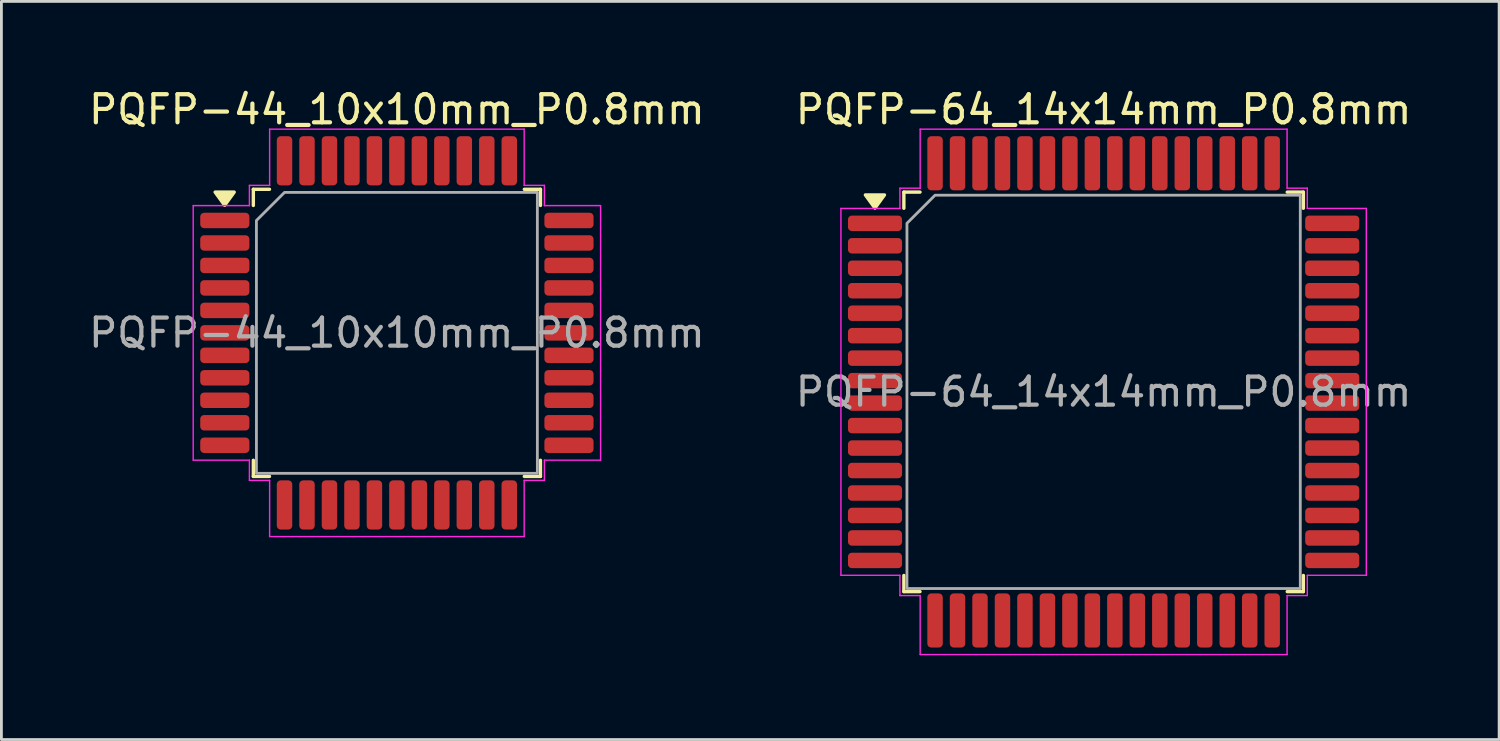
<source format=kicad_pcb>
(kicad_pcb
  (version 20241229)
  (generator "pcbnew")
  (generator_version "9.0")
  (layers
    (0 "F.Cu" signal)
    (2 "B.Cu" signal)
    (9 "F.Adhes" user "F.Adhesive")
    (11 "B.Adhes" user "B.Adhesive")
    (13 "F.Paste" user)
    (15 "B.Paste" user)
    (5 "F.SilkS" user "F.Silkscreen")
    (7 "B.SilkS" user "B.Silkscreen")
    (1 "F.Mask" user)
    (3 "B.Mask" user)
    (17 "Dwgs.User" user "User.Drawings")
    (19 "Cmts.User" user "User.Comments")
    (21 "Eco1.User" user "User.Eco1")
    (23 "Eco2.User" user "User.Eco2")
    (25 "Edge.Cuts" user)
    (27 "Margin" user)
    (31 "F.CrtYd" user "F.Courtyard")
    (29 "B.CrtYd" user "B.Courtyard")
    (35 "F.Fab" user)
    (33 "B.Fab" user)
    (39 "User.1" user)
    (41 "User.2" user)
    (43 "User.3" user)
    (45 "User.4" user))
  (footprint "PQFP-44_10x10mm_P0.8mm"
    (layer "F.Cu")
    (at 11.077 8.798)
    (property "Reference" "PQFP-44_10x10mm_P0.8mm" (at 0 -7.95 0) (layer "F.SilkS") (effects (font (size 1 1) (thickness 0.15))))
    (attr smd)
    (fp_line (start -5.11 -5.11) (end -4.535 -5.11) (stroke (width 0.12) (type solid)) (layer "F.SilkS"))
    (fp_line (start -5.11 -4.535) (end -5.11 -5.11) (stroke (width 0.12) (type solid)) (layer "F.SilkS"))
    (fp_line (start -5.11 5.11) (end -5.11 4.535) (stroke (width 0.12) (type solid)) (layer "F.SilkS"))
    (fp_line (start -4.535 5.11) (end -5.11 5.11) (stroke (width 0.12) (type solid)) (layer "F.SilkS"))
    (fp_line (start 4.535 -5.11) (end 5.11 -5.11) (stroke (width 0.12) (type solid)) (layer "F.SilkS"))
    (fp_line (start 5.11 -5.11) (end 5.11 -4.535) (stroke (width 0.12) (type solid)) (layer "F.SilkS"))
    (fp_line (start 5.11 4.535) (end 5.11 5.11) (stroke (width 0.12) (type solid)) (layer "F.SilkS"))
    (fp_line (start 5.11 5.11) (end 4.535 5.11) (stroke (width 0.12) (type solid)) (layer "F.SilkS"))
    (fp_poly (pts (xy -6.13 -4.54) (xy -6.47 -5.01) (xy -5.79 -5.01)) (stroke (width 0.12) (type solid)) (fill yes) (layer "F.SilkS"))
    (fp_line (start -7.25 -4.53) (end -5.25 -4.53) (stroke (width 0.05) (type solid)) (layer "F.CrtYd"))
    (fp_line (start -7.25 4.53) (end -7.25 -4.53) (stroke (width 0.05) (type solid)) (layer "F.CrtYd"))
    (fp_line (start -5.25 -5.25) (end -4.53 -5.25) (stroke (width 0.05) (type solid)) (layer "F.CrtYd"))
    (fp_line (start -5.25 -4.53) (end -5.25 -5.25) (stroke (width 0.05) (type solid)) (layer "F.CrtYd"))
    (fp_line (start -5.25 4.53) (end -7.25 4.53) (stroke (width 0.05) (type solid)) (layer "F.CrtYd"))
    (fp_line (start -5.25 5.25) (end -5.25 4.53) (stroke (width 0.05) (type solid)) (layer "F.CrtYd"))
    (fp_line (start -4.53 -7.25) (end 4.53 -7.25) (stroke (width 0.05) (type solid)) (layer "F.CrtYd"))
    (fp_line (start -4.53 -5.25) (end -4.53 -7.25) (stroke (width 0.05) (type solid)) (layer "F.CrtYd"))
    (fp_line (start -4.53 5.25) (end -5.25 5.25) (stroke (width 0.05) (type solid)) (layer "F.CrtYd"))
    (fp_line (start -4.53 7.25) (end -4.53 5.25) (stroke (width 0.05) (type solid)) (layer "F.CrtYd"))
    (fp_line (start 4.53 -7.25) (end 4.53 -5.25) (stroke (width 0.05) (type solid)) (layer "F.CrtYd"))
    (fp_line (start 4.53 -5.25) (end 5.25 -5.25) (stroke (width 0.05) (type solid)) (layer "F.CrtYd"))
    (fp_line (start 4.53 5.25) (end 4.53 7.25) (stroke (width 0.05) (type solid)) (layer "F.CrtYd"))
    (fp_line (start 4.53 7.25) (end -4.53 7.25) (stroke (width 0.05) (type solid)) (layer "F.CrtYd"))
    (fp_line (start 5.25 -5.25) (end 5.25 -4.53) (stroke (width 0.05) (type solid)) (layer "F.CrtYd"))
    (fp_line (start 5.25 -4.53) (end 7.25 -4.53) (stroke (width 0.05) (type solid)) (layer "F.CrtYd"))
    (fp_line (start 5.25 4.53) (end 5.25 5.25) (stroke (width 0.05) (type solid)) (layer "F.CrtYd"))
    (fp_line (start 5.25 5.25) (end 4.53 5.25) (stroke (width 0.05) (type solid)) (layer "F.CrtYd"))
    (fp_line (start 7.25 -4.53) (end 7.25 4.53) (stroke (width 0.05) (type solid)) (layer "F.CrtYd"))
    (fp_line (start 7.25 4.53) (end 5.25 4.53) (stroke (width 0.05) (type solid)) (layer "F.CrtYd"))
    (fp_poly (pts (xy -5 -4) (xy -5 5) (xy 5 5) (xy 5 -5) (xy -4 -5)) (stroke (width 0.1) (type solid)) (fill no) (layer "F.Fab"))
    (fp_text user "${REFERENCE}" (at 0 0 0) (layer "F.Fab") (effects (font (size 1 1) (thickness 0.15))))
    (pad "1" smd roundrect (at -6.125 -4) (size 1.75 0.55) (layers "F.Cu" "F.Mask" "F.Paste") (roundrect_rratio 0.25))
    (pad "2" smd roundrect (at -6.125 -3.2) (size 1.75 0.55) (layers "F.Cu" "F.Mask" "F.Paste") (roundrect_rratio 0.25))
    (pad "3" smd roundrect (at -6.125 -2.4) (size 1.75 0.55) (layers "F.Cu" "F.Mask" "F.Paste") (roundrect_rratio 0.25))
    (pad "4" smd roundrect (at -6.125 -1.6) (size 1.75 0.55) (layers "F.Cu" "F.Mask" "F.Paste") (roundrect_rratio 0.25))
    (pad "5" smd roundrect (at -6.125 -0.8) (size 1.75 0.55) (layers "F.Cu" "F.Mask" "F.Paste") (roundrect_rratio 0.25))
    (pad "6" smd roundrect (at -6.125 0) (size 1.75 0.55) (layers "F.Cu" "F.Mask" "F.Paste") (roundrect_rratio 0.25))
    (pad "7" smd roundrect (at -6.125 0.8) (size 1.75 0.55) (layers "F.Cu" "F.Mask" "F.Paste") (roundrect_rratio 0.25))
    (pad "8" smd roundrect (at -6.125 1.6) (size 1.75 0.55) (layers "F.Cu" "F.Mask" "F.Paste") (roundrect_rratio 0.25))
    (pad "9" smd roundrect (at -6.125 2.4) (size 1.75 0.55) (layers "F.Cu" "F.Mask" "F.Paste") (roundrect_rratio 0.25))
    (pad "10" smd roundrect (at -6.125 3.2) (size 1.75 0.55) (layers "F.Cu" "F.Mask" "F.Paste") (roundrect_rratio 0.25))
    (pad "11" smd roundrect (at -6.125 4) (size 1.75 0.55) (layers "F.Cu" "F.Mask" "F.Paste") (roundrect_rratio 0.25))
    (pad "12" smd roundrect (at -4 6.125) (size 0.55 1.75) (layers "F.Cu" "F.Mask" "F.Paste") (roundrect_rratio 0.25))
    (pad "13" smd roundrect (at -3.2 6.125) (size 0.55 1.75) (layers "F.Cu" "F.Mask" "F.Paste") (roundrect_rratio 0.25))
    (pad "14" smd roundrect (at -2.4 6.125) (size 0.55 1.75) (layers "F.Cu" "F.Mask" "F.Paste") (roundrect_rratio 0.25))
    (pad "15" smd roundrect (at -1.6 6.125) (size 0.55 1.75) (layers "F.Cu" "F.Mask" "F.Paste") (roundrect_rratio 0.25))
    (pad "16" smd roundrect (at -0.8 6.125) (size 0.55 1.75) (layers "F.Cu" "F.Mask" "F.Paste") (roundrect_rratio 0.25))
    (pad "17" smd roundrect (at 0 6.125) (size 0.55 1.75) (layers "F.Cu" "F.Mask" "F.Paste") (roundrect_rratio 0.25))
    (pad "18" smd roundrect (at 0.8 6.125) (size 0.55 1.75) (layers "F.Cu" "F.Mask" "F.Paste") (roundrect_rratio 0.25))
    (pad "19" smd roundrect (at 1.6 6.125) (size 0.55 1.75) (layers "F.Cu" "F.Mask" "F.Paste") (roundrect_rratio 0.25))
    (pad "20" smd roundrect (at 2.4 6.125) (size 0.55 1.75) (layers "F.Cu" "F.Mask" "F.Paste") (roundrect_rratio 0.25))
    (pad "21" smd roundrect (at 3.2 6.125) (size 0.55 1.75) (layers "F.Cu" "F.Mask" "F.Paste") (roundrect_rratio 0.25))
    (pad "22" smd roundrect (at 4 6.125) (size 0.55 1.75) (layers "F.Cu" "F.Mask" "F.Paste") (roundrect_rratio 0.25))
    (pad "23" smd roundrect (at 6.125 4) (size 1.75 0.55) (layers "F.Cu" "F.Mask" "F.Paste") (roundrect_rratio 0.25))
    (pad "24" smd roundrect (at 6.125 3.2) (size 1.75 0.55) (layers "F.Cu" "F.Mask" "F.Paste") (roundrect_rratio 0.25))
    (pad "25" smd roundrect (at 6.125 2.4) (size 1.75 0.55) (layers "F.Cu" "F.Mask" "F.Paste") (roundrect_rratio 0.25))
    (pad "26" smd roundrect (at 6.125 1.6) (size 1.75 0.55) (layers "F.Cu" "F.Mask" "F.Paste") (roundrect_rratio 0.25))
    (pad "27" smd roundrect (at 6.125 0.8) (size 1.75 0.55) (layers "F.Cu" "F.Mask" "F.Paste") (roundrect_rratio 0.25))
    (pad "28" smd roundrect (at 6.125 0) (size 1.75 0.55) (layers "F.Cu" "F.Mask" "F.Paste") (roundrect_rratio 0.25))
    (pad "29" smd roundrect (at 6.125 -0.8) (size 1.75 0.55) (layers "F.Cu" "F.Mask" "F.Paste") (roundrect_rratio 0.25))
    (pad "30" smd roundrect (at 6.125 -1.6) (size 1.75 0.55) (layers "F.Cu" "F.Mask" "F.Paste") (roundrect_rratio 0.25))
    (pad "31" smd roundrect (at 6.125 -2.4) (size 1.75 0.55) (layers "F.Cu" "F.Mask" "F.Paste") (roundrect_rratio 0.25))
    (pad "32" smd roundrect (at 6.125 -3.2) (size 1.75 0.55) (layers "F.Cu" "F.Mask" "F.Paste") (roundrect_rratio 0.25))
    (pad "33" smd roundrect (at 6.125 -4) (size 1.75 0.55) (layers "F.Cu" "F.Mask" "F.Paste") (roundrect_rratio 0.25))
    (pad "34" smd roundrect (at 4 -6.125) (size 0.55 1.75) (layers "F.Cu" "F.Mask" "F.Paste") (roundrect_rratio 0.25))
    (pad "35" smd roundrect (at 3.2 -6.125) (size 0.55 1.75) (layers "F.Cu" "F.Mask" "F.Paste") (roundrect_rratio 0.25))
    (pad "36" smd roundrect (at 2.4 -6.125) (size 0.55 1.75) (layers "F.Cu" "F.Mask" "F.Paste") (roundrect_rratio 0.25))
    (pad "37" smd roundrect (at 1.6 -6.125) (size 0.55 1.75) (layers "F.Cu" "F.Mask" "F.Paste") (roundrect_rratio 0.25))
    (pad "38" smd roundrect (at 0.8 -6.125) (size 0.55 1.75) (layers "F.Cu" "F.Mask" "F.Paste") (roundrect_rratio 0.25))
    (pad "39" smd roundrect (at 0 -6.125) (size 0.55 1.75) (layers "F.Cu" "F.Mask" "F.Paste") (roundrect_rratio 0.25))
    (pad "40" smd roundrect (at -0.8 -6.125) (size 0.55 1.75) (layers "F.Cu" "F.Mask" "F.Paste") (roundrect_rratio 0.25))
    (pad "41" smd roundrect (at -1.6 -6.125) (size 0.55 1.75) (layers "F.Cu" "F.Mask" "F.Paste") (roundrect_rratio 0.25))
    (pad "42" smd roundrect (at -2.4 -6.125) (size 0.55 1.75) (layers "F.Cu" "F.Mask" "F.Paste") (roundrect_rratio 0.25))
    (pad "43" smd roundrect (at -3.2 -6.125) (size 0.55 1.75) (layers "F.Cu" "F.Mask" "F.Paste") (roundrect_rratio 0.25))
    (pad "44" smd roundrect (at -4 -6.125) (size 0.55 1.75) (layers "F.Cu" "F.Mask" "F.Paste") (roundrect_rratio 0.25)))
  (footprint "PQFP-64_14x14mm_P0.8mm"
    (layer "F.Cu")
    (at 36.232 10.898)
    (property "Reference" "PQFP-64_14x14mm_P0.8mm" (at 0 -10.05 0) (layer "F.SilkS") (effects (font (size 1 1) (thickness 0.15))))
    (attr smd)
    (fp_line (start -7.11 -7.11) (end -6.535 -7.11) (stroke (width 0.12) (type solid)) (layer "F.SilkS"))
    (fp_line (start -7.11 -6.535) (end -7.11 -7.11) (stroke (width 0.12) (type solid)) (layer "F.SilkS"))
    (fp_line (start -7.11 7.11) (end -7.11 6.535) (stroke (width 0.12) (type solid)) (layer "F.SilkS"))
    (fp_line (start -6.535 7.11) (end -7.11 7.11) (stroke (width 0.12) (type solid)) (layer "F.SilkS"))
    (fp_line (start 6.535 -7.11) (end 7.11 -7.11) (stroke (width 0.12) (type solid)) (layer "F.SilkS"))
    (fp_line (start 7.11 -7.11) (end 7.11 -6.535) (stroke (width 0.12) (type solid)) (layer "F.SilkS"))
    (fp_line (start 7.11 6.535) (end 7.11 7.11) (stroke (width 0.12) (type solid)) (layer "F.SilkS"))
    (fp_line (start 7.11 7.11) (end 6.535 7.11) (stroke (width 0.12) (type solid)) (layer "F.SilkS"))
    (fp_poly (pts (xy -8.14 -6.54) (xy -8.48 -7.01) (xy -7.8 -7.01)) (stroke (width 0.12) (type solid)) (fill yes) (layer "F.SilkS"))
    (fp_line (start -9.35 -6.53) (end -7.25 -6.53) (stroke (width 0.05) (type solid)) (layer "F.CrtYd"))
    (fp_line (start -9.35 6.53) (end -9.35 -6.53) (stroke (width 0.05) (type solid)) (layer "F.CrtYd"))
    (fp_line (start -7.25 -7.25) (end -6.53 -7.25) (stroke (width 0.05) (type solid)) (layer "F.CrtYd"))
    (fp_line (start -7.25 -6.53) (end -7.25 -7.25) (stroke (width 0.05) (type solid)) (layer "F.CrtYd"))
    (fp_line (start -7.25 6.53) (end -9.35 6.53) (stroke (width 0.05) (type solid)) (layer "F.CrtYd"))
    (fp_line (start -7.25 7.25) (end -7.25 6.53) (stroke (width 0.05) (type solid)) (layer "F.CrtYd"))
    (fp_line (start -6.53 -9.35) (end 6.53 -9.35) (stroke (width 0.05) (type solid)) (layer "F.CrtYd"))
    (fp_line (start -6.53 -7.25) (end -6.53 -9.35) (stroke (width 0.05) (type solid)) (layer "F.CrtYd"))
    (fp_line (start -6.53 7.25) (end -7.25 7.25) (stroke (width 0.05) (type solid)) (layer "F.CrtYd"))
    (fp_line (start -6.53 9.35) (end -6.53 7.25) (stroke (width 0.05) (type solid)) (layer "F.CrtYd"))
    (fp_line (start 6.53 -9.35) (end 6.53 -7.25) (stroke (width 0.05) (type solid)) (layer "F.CrtYd"))
    (fp_line (start 6.53 -7.25) (end 7.25 -7.25) (stroke (width 0.05) (type solid)) (layer "F.CrtYd"))
    (fp_line (start 6.53 7.25) (end 6.53 9.35) (stroke (width 0.05) (type solid)) (layer "F.CrtYd"))
    (fp_line (start 6.53 9.35) (end -6.53 9.35) (stroke (width 0.05) (type solid)) (layer "F.CrtYd"))
    (fp_line (start 7.25 -7.25) (end 7.25 -6.53) (stroke (width 0.05) (type solid)) (layer "F.CrtYd"))
    (fp_line (start 7.25 -6.53) (end 9.35 -6.53) (stroke (width 0.05) (type solid)) (layer "F.CrtYd"))
    (fp_line (start 7.25 6.53) (end 7.25 7.25) (stroke (width 0.05) (type solid)) (layer "F.CrtYd"))
    (fp_line (start 7.25 7.25) (end 6.53 7.25) (stroke (width 0.05) (type solid)) (layer "F.CrtYd"))
    (fp_line (start 9.35 -6.53) (end 9.35 6.53) (stroke (width 0.05) (type solid)) (layer "F.CrtYd"))
    (fp_line (start 9.35 6.53) (end 7.25 6.53) (stroke (width 0.05) (type solid)) (layer "F.CrtYd"))
    (fp_poly (pts (xy -7 -6) (xy -7 7) (xy 7 7) (xy 7 -7) (xy -6 -7)) (stroke (width 0.1) (type solid)) (fill no) (layer "F.Fab"))
    (fp_text user "${REFERENCE}" (at 0 0 0) (layer "F.Fab") (effects (font (size 1 1) (thickness 0.15))))
    (pad "1" smd roundrect (at -8.137 -6) (size 1.925 0.55) (layers "F.Cu" "F.Mask" "F.Paste") (roundrect_rratio 0.25))
    (pad "2" smd roundrect (at -8.137 -5.2) (size 1.925 0.55) (layers "F.Cu" "F.Mask" "F.Paste") (roundrect_rratio 0.25))
    (pad "3" smd roundrect (at -8.137 -4.4) (size 1.925 0.55) (layers "F.Cu" "F.Mask" "F.Paste") (roundrect_rratio 0.25))
    (pad "4" smd roundrect (at -8.137 -3.6) (size 1.925 0.55) (layers "F.Cu" "F.Mask" "F.Paste") (roundrect_rratio 0.25))
    (pad "5" smd roundrect (at -8.137 -2.8) (size 1.925 0.55) (layers "F.Cu" "F.Mask" "F.Paste") (roundrect_rratio 0.25))
    (pad "6" smd roundrect (at -8.137 -2) (size 1.925 0.55) (layers "F.Cu" "F.Mask" "F.Paste") (roundrect_rratio 0.25))
    (pad "7" smd roundrect (at -8.137 -1.2) (size 1.925 0.55) (layers "F.Cu" "F.Mask" "F.Paste") (roundrect_rratio 0.25))
    (pad "8" smd roundrect (at -8.137 -0.4) (size 1.925 0.55) (layers "F.Cu" "F.Mask" "F.Paste") (roundrect_rratio 0.25))
    (pad "9" smd roundrect (at -8.137 0.4) (size 1.925 0.55) (layers "F.Cu" "F.Mask" "F.Paste") (roundrect_rratio 0.25))
    (pad "10" smd roundrect (at -8.137 1.2) (size 1.925 0.55) (layers "F.Cu" "F.Mask" "F.Paste") (roundrect_rratio 0.25))
    (pad "11" smd roundrect (at -8.137 2) (size 1.925 0.55) (layers "F.Cu" "F.Mask" "F.Paste") (roundrect_rratio 0.25))
    (pad "12" smd roundrect (at -8.137 2.8) (size 1.925 0.55) (layers "F.Cu" "F.Mask" "F.Paste") (roundrect_rratio 0.25))
    (pad "13" smd roundrect (at -8.137 3.6) (size 1.925 0.55) (layers "F.Cu" "F.Mask" "F.Paste") (roundrect_rratio 0.25))
    (pad "14" smd roundrect (at -8.137 4.4) (size 1.925 0.55) (layers "F.Cu" "F.Mask" "F.Paste") (roundrect_rratio 0.25))
    (pad "15" smd roundrect (at -8.137 5.2) (size 1.925 0.55) (layers "F.Cu" "F.Mask" "F.Paste") (roundrect_rratio 0.25))
    (pad "16" smd roundrect (at -8.137 6) (size 1.925 0.55) (layers "F.Cu" "F.Mask" "F.Paste") (roundrect_rratio 0.25))
    (pad "17" smd roundrect (at -6 8.137) (size 0.55 1.925) (layers "F.Cu" "F.Mask" "F.Paste") (roundrect_rratio 0.25))
    (pad "18" smd roundrect (at -5.2 8.137) (size 0.55 1.925) (layers "F.Cu" "F.Mask" "F.Paste") (roundrect_rratio 0.25))
    (pad "19" smd roundrect (at -4.4 8.137) (size 0.55 1.925) (layers "F.Cu" "F.Mask" "F.Paste") (roundrect_rratio 0.25))
    (pad "20" smd roundrect (at -3.6 8.137) (size 0.55 1.925) (layers "F.Cu" "F.Mask" "F.Paste") (roundrect_rratio 0.25))
    (pad "21" smd roundrect (at -2.8 8.137) (size 0.55 1.925) (layers "F.Cu" "F.Mask" "F.Paste") (roundrect_rratio 0.25))
    (pad "22" smd roundrect (at -2 8.137) (size 0.55 1.925) (layers "F.Cu" "F.Mask" "F.Paste") (roundrect_rratio 0.25))
    (pad "23" smd roundrect (at -1.2 8.137) (size 0.55 1.925) (layers "F.Cu" "F.Mask" "F.Paste") (roundrect_rratio 0.25))
    (pad "24" smd roundrect (at -0.4 8.137) (size 0.55 1.925) (layers "F.Cu" "F.Mask" "F.Paste") (roundrect_rratio 0.25))
    (pad "25" smd roundrect (at 0.4 8.137) (size 0.55 1.925) (layers "F.Cu" "F.Mask" "F.Paste") (roundrect_rratio 0.25))
    (pad "26" smd roundrect (at 1.2 8.137) (size 0.55 1.925) (layers "F.Cu" "F.Mask" "F.Paste") (roundrect_rratio 0.25))
    (pad "27" smd roundrect (at 2 8.137) (size 0.55 1.925) (layers "F.Cu" "F.Mask" "F.Paste") (roundrect_rratio 0.25))
    (pad "28" smd roundrect (at 2.8 8.137) (size 0.55 1.925) (layers "F.Cu" "F.Mask" "F.Paste") (roundrect_rratio 0.25))
    (pad "29" smd roundrect (at 3.6 8.137) (size 0.55 1.925) (layers "F.Cu" "F.Mask" "F.Paste") (roundrect_rratio 0.25))
    (pad "30" smd roundrect (at 4.4 8.137) (size 0.55 1.925) (layers "F.Cu" "F.Mask" "F.Paste") (roundrect_rratio 0.25))
    (pad "31" smd roundrect (at 5.2 8.137) (size 0.55 1.925) (layers "F.Cu" "F.Mask" "F.Paste") (roundrect_rratio 0.25))
    (pad "32" smd roundrect (at 6 8.137) (size 0.55 1.925) (layers "F.Cu" "F.Mask" "F.Paste") (roundrect_rratio 0.25))
    (pad "33" smd roundrect (at 8.137 6) (size 1.925 0.55) (layers "F.Cu" "F.Mask" "F.Paste") (roundrect_rratio 0.25))
    (pad "34" smd roundrect (at 8.137 5.2) (size 1.925 0.55) (layers "F.Cu" "F.Mask" "F.Paste") (roundrect_rratio 0.25))
    (pad "35" smd roundrect (at 8.137 4.4) (size 1.925 0.55) (layers "F.Cu" "F.Mask" "F.Paste") (roundrect_rratio 0.25))
    (pad "36" smd roundrect (at 8.137 3.6) (size 1.925 0.55) (layers "F.Cu" "F.Mask" "F.Paste") (roundrect_rratio 0.25))
    (pad "37" smd roundrect (at 8.137 2.8) (size 1.925 0.55) (layers "F.Cu" "F.Mask" "F.Paste") (roundrect_rratio 0.25))
    (pad "38" smd roundrect (at 8.137 2) (size 1.925 0.55) (layers "F.Cu" "F.Mask" "F.Paste") (roundrect_rratio 0.25))
    (pad "39" smd roundrect (at 8.137 1.2) (size 1.925 0.55) (layers "F.Cu" "F.Mask" "F.Paste") (roundrect_rratio 0.25))
    (pad "40" smd roundrect (at 8.137 0.4) (size 1.925 0.55) (layers "F.Cu" "F.Mask" "F.Paste") (roundrect_rratio 0.25))
    (pad "41" smd roundrect (at 8.137 -0.4) (size 1.925 0.55) (layers "F.Cu" "F.Mask" "F.Paste") (roundrect_rratio 0.25))
    (pad "42" smd roundrect (at 8.137 -1.2) (size 1.925 0.55) (layers "F.Cu" "F.Mask" "F.Paste") (roundrect_rratio 0.25))
    (pad "43" smd roundrect (at 8.137 -2) (size 1.925 0.55) (layers "F.Cu" "F.Mask" "F.Paste") (roundrect_rratio 0.25))
    (pad "44" smd roundrect (at 8.137 -2.8) (size 1.925 0.55) (layers "F.Cu" "F.Mask" "F.Paste") (roundrect_rratio 0.25))
    (pad "45" smd roundrect (at 8.137 -3.6) (size 1.925 0.55) (layers "F.Cu" "F.Mask" "F.Paste") (roundrect_rratio 0.25))
    (pad "46" smd roundrect (at 8.137 -4.4) (size 1.925 0.55) (layers "F.Cu" "F.Mask" "F.Paste") (roundrect_rratio 0.25))
    (pad "47" smd roundrect (at 8.137 -5.2) (size 1.925 0.55) (layers "F.Cu" "F.Mask" "F.Paste") (roundrect_rratio 0.25))
    (pad "48" smd roundrect (at 8.137 -6) (size 1.925 0.55) (layers "F.Cu" "F.Mask" "F.Paste") (roundrect_rratio 0.25))
    (pad "49" smd roundrect (at 6 -8.137) (size 0.55 1.925) (layers "F.Cu" "F.Mask" "F.Paste") (roundrect_rratio 0.25))
    (pad "50" smd roundrect (at 5.2 -8.137) (size 0.55 1.925) (layers "F.Cu" "F.Mask" "F.Paste") (roundrect_rratio 0.25))
    (pad "51" smd roundrect (at 4.4 -8.137) (size 0.55 1.925) (layers "F.Cu" "F.Mask" "F.Paste") (roundrect_rratio 0.25))
    (pad "52" smd roundrect (at 3.6 -8.137) (size 0.55 1.925) (layers "F.Cu" "F.Mask" "F.Paste") (roundrect_rratio 0.25))
    (pad "53" smd roundrect (at 2.8 -8.137) (size 0.55 1.925) (layers "F.Cu" "F.Mask" "F.Paste") (roundrect_rratio 0.25))
    (pad "54" smd roundrect (at 2 -8.137) (size 0.55 1.925) (layers "F.Cu" "F.Mask" "F.Paste") (roundrect_rratio 0.25))
    (pad "55" smd roundrect (at 1.2 -8.137) (size 0.55 1.925) (layers "F.Cu" "F.Mask" "F.Paste") (roundrect_rratio 0.25))
    (pad "56" smd roundrect (at 0.4 -8.137) (size 0.55 1.925) (layers "F.Cu" "F.Mask" "F.Paste") (roundrect_rratio 0.25))
    (pad "57" smd roundrect (at -0.4 -8.137) (size 0.55 1.925) (layers "F.Cu" "F.Mask" "F.Paste") (roundrect_rratio 0.25))
    (pad "58" smd roundrect (at -1.2 -8.137) (size 0.55 1.925) (layers "F.Cu" "F.Mask" "F.Paste") (roundrect_rratio 0.25))
    (pad "59" smd roundrect (at -2 -8.137) (size 0.55 1.925) (layers "F.Cu" "F.Mask" "F.Paste") (roundrect_rratio 0.25))
    (pad "60" smd roundrect (at -2.8 -8.137) (size 0.55 1.925) (layers "F.Cu" "F.Mask" "F.Paste") (roundrect_rratio 0.25))
    (pad "61" smd roundrect (at -3.6 -8.137) (size 0.55 1.925) (layers "F.Cu" "F.Mask" "F.Paste") (roundrect_rratio 0.25))
    (pad "62" smd roundrect (at -4.4 -8.137) (size 0.55 1.925) (layers "F.Cu" "F.Mask" "F.Paste") (roundrect_rratio 0.25))
    (pad "63" smd roundrect (at -5.2 -8.137) (size 0.55 1.925) (layers "F.Cu" "F.Mask" "F.Paste") (roundrect_rratio 0.25))
    (pad "64" smd roundrect (at -6 -8.137) (size 0.55 1.925) (layers "F.Cu" "F.Mask" "F.Paste") (roundrect_rratio 0.25)))
  (gr_rect
    (start -3 -3)
    (end 50.31 23.273)
    (stroke (width 0.1) (type default))
    (fill no)
    (layer "Edge.Cuts")))
</source>
